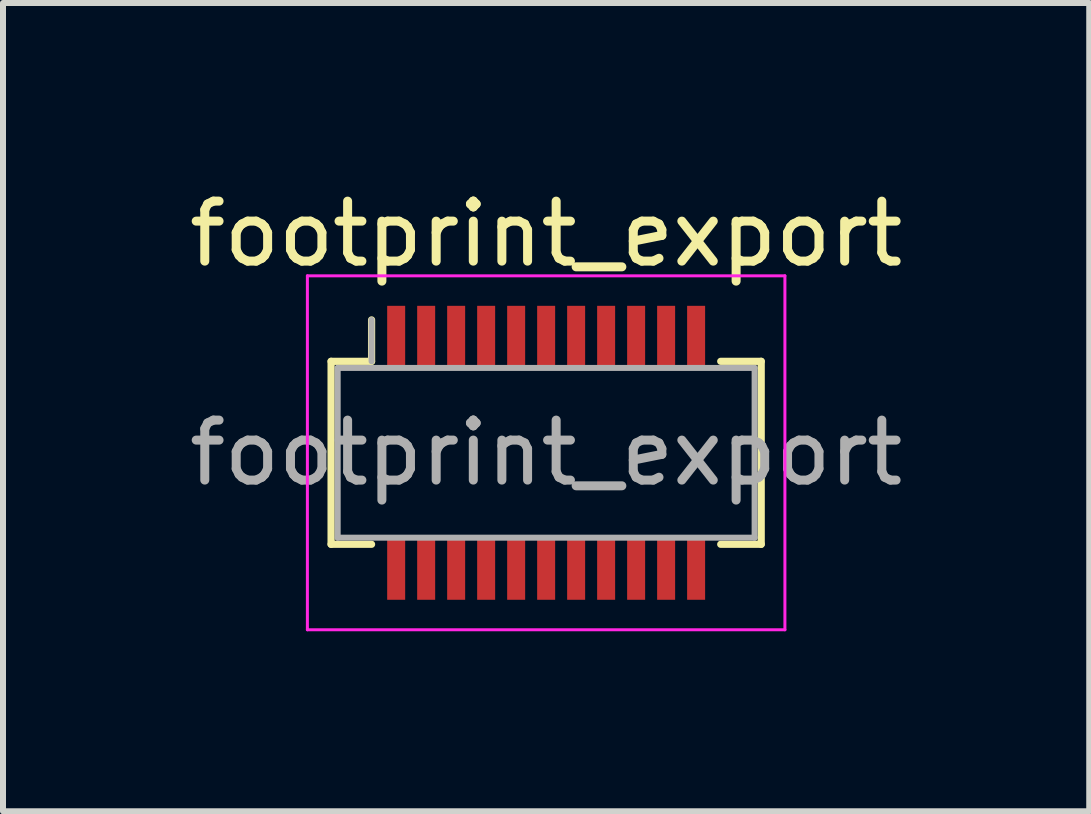
<source format=kicad_pcb>
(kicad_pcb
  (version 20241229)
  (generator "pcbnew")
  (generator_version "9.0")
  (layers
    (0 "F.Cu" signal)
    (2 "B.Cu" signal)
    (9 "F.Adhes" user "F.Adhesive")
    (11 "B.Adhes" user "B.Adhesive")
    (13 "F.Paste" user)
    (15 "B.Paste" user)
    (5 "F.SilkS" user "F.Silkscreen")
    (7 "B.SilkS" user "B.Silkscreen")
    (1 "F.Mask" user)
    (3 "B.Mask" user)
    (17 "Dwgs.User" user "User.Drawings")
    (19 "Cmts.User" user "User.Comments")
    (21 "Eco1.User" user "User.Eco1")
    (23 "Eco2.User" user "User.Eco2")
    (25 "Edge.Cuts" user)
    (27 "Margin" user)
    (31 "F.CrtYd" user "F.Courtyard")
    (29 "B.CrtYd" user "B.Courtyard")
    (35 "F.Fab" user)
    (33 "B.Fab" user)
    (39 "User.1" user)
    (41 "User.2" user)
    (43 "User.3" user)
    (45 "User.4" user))
  (footprint "footprint_export"
    (layer "F.Cu")
    (at 6.054 4.498)
    (property "Reference" "footprint_export" (at 0 -3.65 0) (layer "F.SilkS") (effects (font (size 1 1) (thickness 0.15))))
    (attr smd)
    (fp_line (start -3.585 -1.525) (end -2.91 -1.525) (stroke (width 0.12) (type solid)) (layer "F.SilkS"))
    (fp_line (start -3.585 1.525) (end -3.585 -1.525) (stroke (width 0.12) (type solid)) (layer "F.SilkS"))
    (fp_line (start -2.91 -1.525) (end -2.91 -2.215) (stroke (width 0.12) (type solid)) (layer "F.SilkS"))
    (fp_line (start -2.91 1.525) (end -3.585 1.525) (stroke (width 0.12) (type solid)) (layer "F.SilkS"))
    (fp_line (start 2.91 1.525) (end 3.585 1.525) (stroke (width 0.12) (type solid)) (layer "F.SilkS"))
    (fp_line (start 3.585 -1.525) (end 2.91 -1.525) (stroke (width 0.12) (type solid)) (layer "F.SilkS"))
    (fp_line (start 3.585 1.525) (end 3.585 -1.525) (stroke (width 0.12) (type solid)) (layer "F.SilkS"))
    (fp_line (start -3.98 -2.95) (end -3.98 2.95) (stroke (width 0.05) (type solid)) (layer "F.CrtYd"))
    (fp_line (start -3.98 2.95) (end 3.98 2.95) (stroke (width 0.05) (type solid)) (layer "F.CrtYd"))
    (fp_line (start 3.98 -2.95) (end -3.98 -2.95) (stroke (width 0.05) (type solid)) (layer "F.CrtYd"))
    (fp_line (start 3.98 2.95) (end 3.98 -2.95) (stroke (width 0.05) (type solid)) (layer "F.CrtYd"))
    (fp_line (start -3.475 -1.415) (end -3.475 1.415) (stroke (width 0.1) (type solid)) (layer "F.Fab"))
    (fp_line (start -3.475 1.415) (end 3.475 1.415) (stroke (width 0.1) (type solid)) (layer "F.Fab"))
    (fp_line (start -2.91 -1.525) (end -2.91 -2.215) (stroke (width 0.1) (type solid)) (layer "F.Fab"))
    (fp_line (start 3.475 -1.415) (end -3.475 -1.415) (stroke (width 0.1) (type solid)) (layer "F.Fab"))
    (fp_line (start 3.475 1.415) (end 3.475 -1.415) (stroke (width 0.1) (type solid)) (layer "F.Fab"))
    (fp_text user "${REFERENCE}" (at 0 0 0) (layer "F.Fab") (effects (font (size 1 1) (thickness 0.15))))
    (pad "1" smd rect (at -2.5 -1.95) (size 0.3 1) (layers "F.Cu" "F.Mask" "F.Paste"))
    (pad "2" smd rect (at -2.5 1.95) (size 0.3 1) (layers "F.Cu" "F.Mask" "F.Paste"))
    (pad "3" smd rect (at -2 -1.95) (size 0.3 1) (layers "F.Cu" "F.Mask" "F.Paste"))
    (pad "4" smd rect (at -2 1.95) (size 0.3 1) (layers "F.Cu" "F.Mask" "F.Paste"))
    (pad "5" smd rect (at -1.5 -1.95) (size 0.3 1) (layers "F.Cu" "F.Mask" "F.Paste"))
    (pad "6" smd rect (at -1.5 1.95) (size 0.3 1) (layers "F.Cu" "F.Mask" "F.Paste"))
    (pad "7" smd rect (at -1 -1.95) (size 0.3 1) (layers "F.Cu" "F.Mask" "F.Paste"))
    (pad "8" smd rect (at -1 1.95) (size 0.3 1) (layers "F.Cu" "F.Mask" "F.Paste"))
    (pad "9" smd rect (at -0.5 -1.95) (size 0.3 1) (layers "F.Cu" "F.Mask" "F.Paste"))
    (pad "10" smd rect (at -0.5 1.95) (size 0.3 1) (layers "F.Cu" "F.Mask" "F.Paste"))
    (pad "11" smd rect (at 0 -1.95) (size 0.3 1) (layers "F.Cu" "F.Mask" "F.Paste"))
    (pad "12" smd rect (at 0 1.95) (size 0.3 1) (layers "F.Cu" "F.Mask" "F.Paste"))
    (pad "13" smd rect (at 0.5 -1.95) (size 0.3 1) (layers "F.Cu" "F.Mask" "F.Paste"))
    (pad "14" smd rect (at 0.5 1.95) (size 0.3 1) (layers "F.Cu" "F.Mask" "F.Paste"))
    (pad "15" smd rect (at 1 -1.95) (size 0.3 1) (layers "F.Cu" "F.Mask" "F.Paste"))
    (pad "16" smd rect (at 1 1.95) (size 0.3 1) (layers "F.Cu" "F.Mask" "F.Paste"))
    (pad "17" smd rect (at 1.5 -1.95) (size 0.3 1) (layers "F.Cu" "F.Mask" "F.Paste"))
    (pad "18" smd rect (at 1.5 1.95) (size 0.3 1) (layers "F.Cu" "F.Mask" "F.Paste"))
    (pad "19" smd rect (at 2 -1.95) (size 0.3 1) (layers "F.Cu" "F.Mask" "F.Paste"))
    (pad "20" smd rect (at 2 1.95) (size 0.3 1) (layers "F.Cu" "F.Mask" "F.Paste"))
    (pad "21" smd rect (at 2.5 -1.95) (size 0.3 1) (layers "F.Cu" "F.Mask" "F.Paste"))
    (pad "22" smd rect (at 2.5 1.95) (size 0.3 1) (layers "F.Cu" "F.Mask" "F.Paste")))
  (gr_rect
    (start -3 -3)
    (end 15.107 10.473)
    (stroke (width 0.1) (type default))
    (fill no)
    (layer "Edge.Cuts")))
</source>
